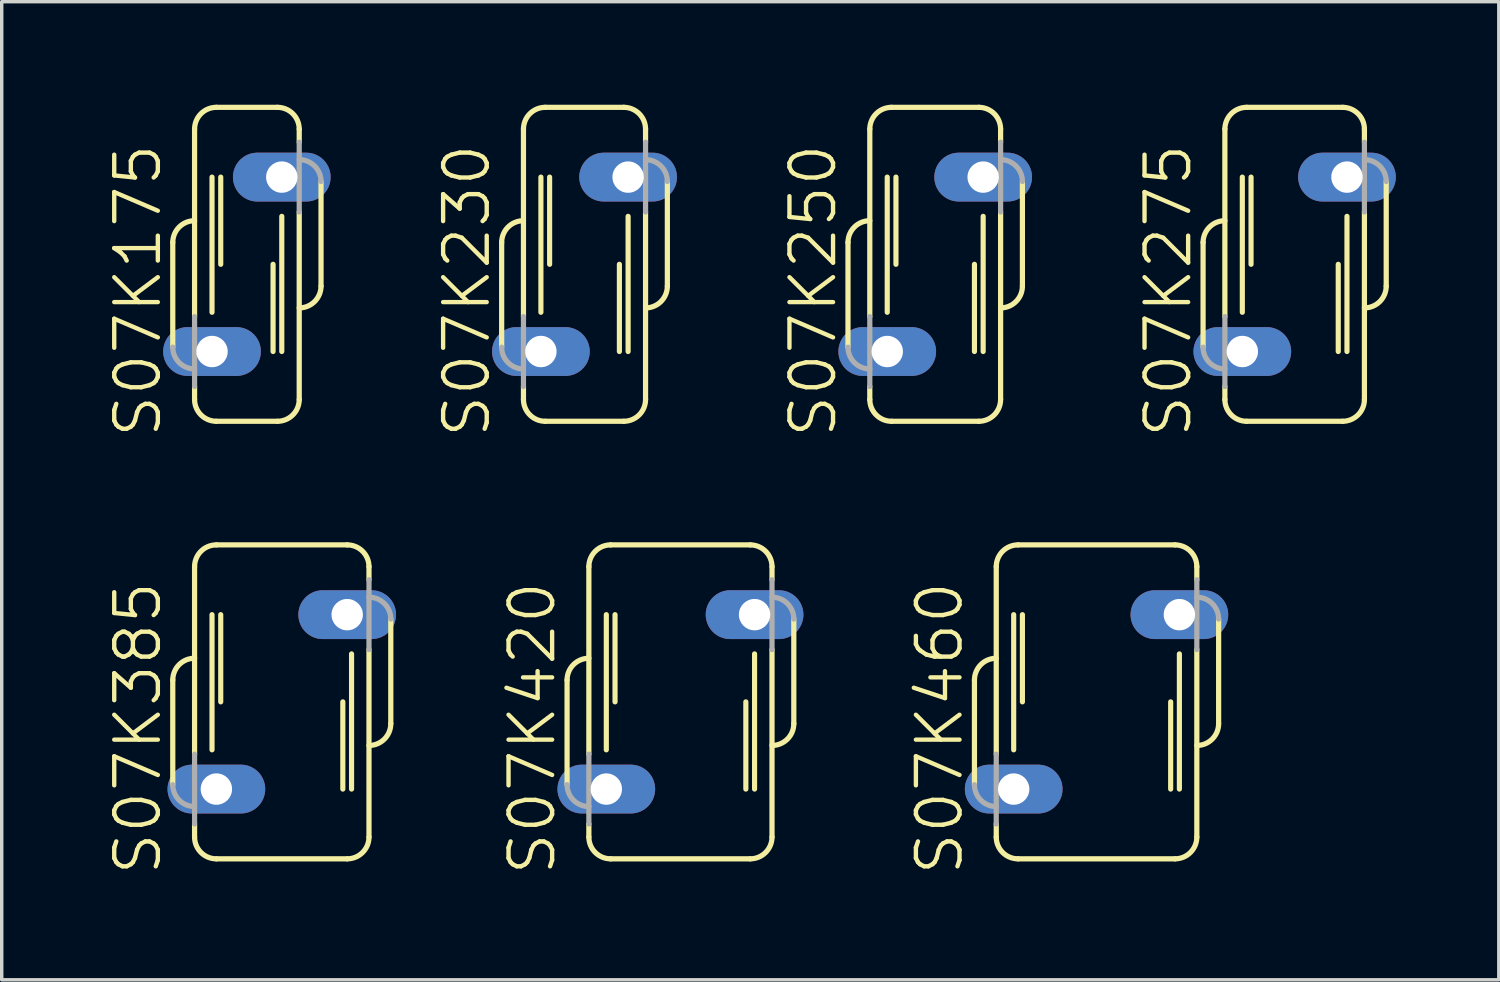
<source format=kicad_pcb>
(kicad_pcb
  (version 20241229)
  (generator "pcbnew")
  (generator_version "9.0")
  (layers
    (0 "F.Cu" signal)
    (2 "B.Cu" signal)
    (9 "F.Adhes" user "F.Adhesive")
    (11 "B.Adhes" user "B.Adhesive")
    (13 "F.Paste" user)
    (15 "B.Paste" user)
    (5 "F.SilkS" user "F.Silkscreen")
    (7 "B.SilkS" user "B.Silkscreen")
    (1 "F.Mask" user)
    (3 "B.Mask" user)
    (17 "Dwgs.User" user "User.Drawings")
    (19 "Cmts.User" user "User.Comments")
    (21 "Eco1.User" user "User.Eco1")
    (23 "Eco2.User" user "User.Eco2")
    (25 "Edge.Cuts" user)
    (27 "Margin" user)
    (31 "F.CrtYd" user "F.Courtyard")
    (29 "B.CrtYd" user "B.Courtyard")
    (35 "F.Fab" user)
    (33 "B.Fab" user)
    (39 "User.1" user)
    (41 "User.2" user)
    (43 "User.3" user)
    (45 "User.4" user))
  (footprint "S07K385"
    (layer "F.Cu")
    (at 5.157 17.392)
    (property "Reference" "S07K385" (at -4.191 0.768 90) (layer "F.SilkS") (effects (font (size 1.27 1.27) (thickness 0.127))))
    (attr through_hole)
    (fp_line (start -3.175 -0.635) (end -3.175 2.413) (stroke (width 0.152) (type solid)) (layer "F.SilkS"))
    (fp_line (start -2.54 1.524) (end -2.54 -3.937) (stroke (width 0.152) (type solid)) (layer "F.SilkS"))
    (fp_line (start -2.54 3.937) (end -2.54 3.556) (stroke (width 0.152) (type solid)) (layer "F.SilkS"))
    (fp_line (start -2.032 1.397) (end -2.032 -2.54) (stroke (width 0.15) (type solid)) (layer "F.SilkS"))
    (fp_line (start -1.905 -4.572) (end 1.905 -4.572) (stroke (width 0.152) (type solid)) (layer "F.SilkS"))
    (fp_line (start -1.905 4.572) (end 1.905 4.572) (stroke (width 0.152) (type solid)) (layer "F.SilkS"))
    (fp_line (start -1.778 0) (end -1.778 -2.54) (stroke (width 0.15) (type solid)) (layer "F.SilkS"))
    (fp_line (start 1.778 2.54) (end 1.778 0) (stroke (width 0.15) (type solid)) (layer "F.SilkS"))
    (fp_line (start 2.032 2.54) (end 2.032 -1.397) (stroke (width 0.15) (type solid)) (layer "F.SilkS"))
    (fp_line (start 2.54 -3.556) (end 2.54 -3.937) (stroke (width 0.152) (type solid)) (layer "F.SilkS"))
    (fp_line (start 2.54 3.937) (end 2.54 -1.524) (stroke (width 0.152) (type solid)) (layer "F.SilkS"))
    (fp_line (start 3.175 0.635) (end 3.175 -2.413) (stroke (width 0.152) (type solid)) (layer "F.SilkS"))
    (fp_arc (start -3.175 -0.635) (mid -2.989013 -1.084013) (end -2.54 -1.27) (stroke (width 0.1524) (type solid)) (layer "F.SilkS"))
    (fp_arc (start -2.54 -3.937) (mid -2.354013 -4.386013) (end -1.905 -4.572) (stroke (width 0.1524) (type solid)) (layer "F.SilkS"))
    (fp_arc (start -1.905 4.572) (mid -2.354013 4.386013) (end -2.54 3.937) (stroke (width 0.1524) (type solid)) (layer "F.SilkS"))
    (fp_arc (start 1.905 -4.572) (mid 2.354013 -4.386013) (end 2.54 -3.937) (stroke (width 0.1524) (type solid)) (layer "F.SilkS"))
    (fp_arc (start 2.54 3.937) (mid 2.354013 4.386013) (end 1.905 4.572) (stroke (width 0.1524) (type solid)) (layer "F.SilkS"))
    (fp_arc (start 3.175 0.635) (mid 2.989013 1.084013) (end 2.54 1.27) (stroke (width 0.1524) (type solid)) (layer "F.SilkS"))
    (fp_line (start -2.54 1.524) (end -2.54 3.556) (stroke (width 0.152) (type solid)) (layer "F.Fab"))
    (fp_line (start 2.54 -1.524) (end 2.54 -3.556) (stroke (width 0.152) (type solid)) (layer "F.Fab"))
    (fp_arc (start -2.54 3.048) (mid -2.989013 2.862013) (end -3.175 2.413) (stroke (width 0.1524) (type solid)) (layer "F.Fab"))
    (fp_arc (start 2.54 -3.048) (mid 2.989013 -2.862013) (end 3.175 -2.413) (stroke (width 0.1524) (type solid)) (layer "F.Fab"))
    (pad "1" thru_hole oval (at -1.905 2.54) (size 2.845 1.422) (drill 0.914) (layers "*.Cu" "*.Mask"))
    (pad "2" thru_hole oval (at 1.905 -2.54) (size 2.845 1.422) (drill 0.914) (layers "*.Cu" "*.Mask")))
  (footprint "S07K175"
    (layer "F.Cu")
    (at 4.141 4.648)
    (property "Reference" "S07K175" (at -3.175 0.768 90) (layer "F.SilkS") (effects (font (size 1.27 1.27) (thickness 0.127))))
    (attr through_hole)
    (fp_line (start -2.159 -0.635) (end -2.159 2.413) (stroke (width 0.152) (type solid)) (layer "F.SilkS"))
    (fp_line (start -1.524 1.524) (end -1.524 -3.937) (stroke (width 0.152) (type solid)) (layer "F.SilkS"))
    (fp_line (start -1.524 3.937) (end -1.524 3.556) (stroke (width 0.152) (type solid)) (layer "F.SilkS"))
    (fp_line (start -1.016 1.397) (end -1.016 -2.54) (stroke (width 0.15) (type solid)) (layer "F.SilkS"))
    (fp_line (start -0.889 -4.572) (end 0.889 -4.572) (stroke (width 0.152) (type solid)) (layer "F.SilkS"))
    (fp_line (start -0.889 4.572) (end 0.889 4.572) (stroke (width 0.152) (type solid)) (layer "F.SilkS"))
    (fp_line (start -0.762 0) (end -0.762 -2.54) (stroke (width 0.15) (type solid)) (layer "F.SilkS"))
    (fp_line (start 0.762 2.54) (end 0.762 0) (stroke (width 0.15) (type solid)) (layer "F.SilkS"))
    (fp_line (start 1.016 2.54) (end 1.016 -1.397) (stroke (width 0.15) (type solid)) (layer "F.SilkS"))
    (fp_line (start 1.524 -3.556) (end 1.524 -3.937) (stroke (width 0.152) (type solid)) (layer "F.SilkS"))
    (fp_line (start 1.524 3.937) (end 1.524 -1.524) (stroke (width 0.152) (type solid)) (layer "F.SilkS"))
    (fp_line (start 2.159 0.635) (end 2.159 -2.413) (stroke (width 0.152) (type solid)) (layer "F.SilkS"))
    (fp_arc (start -2.159 -0.635) (mid -1.973013 -1.084013) (end -1.524 -1.27) (stroke (width 0.1524) (type solid)) (layer "F.SilkS"))
    (fp_arc (start -1.524 -3.937) (mid -1.338013 -4.386013) (end -0.889 -4.572) (stroke (width 0.1524) (type solid)) (layer "F.SilkS"))
    (fp_arc (start -0.889 4.572) (mid -1.338013 4.386013) (end -1.524 3.937) (stroke (width 0.1524) (type solid)) (layer "F.SilkS"))
    (fp_arc (start 0.889 -4.572) (mid 1.338013 -4.386013) (end 1.524 -3.937) (stroke (width 0.1524) (type solid)) (layer "F.SilkS"))
    (fp_arc (start 1.524 3.937) (mid 1.338013 4.386013) (end 0.889 4.572) (stroke (width 0.1524) (type solid)) (layer "F.SilkS"))
    (fp_arc (start 2.159 0.635) (mid 1.973013 1.084013) (end 1.524 1.27) (stroke (width 0.1524) (type solid)) (layer "F.SilkS"))
    (fp_line (start -1.524 1.524) (end -1.524 3.556) (stroke (width 0.152) (type solid)) (layer "F.Fab"))
    (fp_line (start 1.524 -1.524) (end 1.524 -3.556) (stroke (width 0.152) (type solid)) (layer "F.Fab"))
    (fp_arc (start -1.524 3.048) (mid -1.973013 2.862013) (end -2.159 2.413) (stroke (width 0.1524) (type solid)) (layer "F.Fab"))
    (fp_arc (start 1.524 -3.048) (mid 1.973013 -2.862013) (end 2.159 -2.413) (stroke (width 0.1524) (type solid)) (layer "F.Fab"))
    (pad "1" thru_hole oval (at -1.016 2.54) (size 2.845 1.422) (drill 0.914) (layers "*.Cu" "*.Mask"))
    (pad "2" thru_hole oval (at 1.016 -2.54) (size 2.845 1.422) (drill 0.914) (layers "*.Cu" "*.Mask")))
  (footprint "S07K420"
    (layer "F.Cu")
    (at 16.768 17.392)
    (property "Reference" "S07K420" (at -4.318 0.768 90) (layer "F.SilkS") (effects (font (size 1.27 1.27) (thickness 0.127))))
    (attr through_hole)
    (fp_line (start -3.302 -0.635) (end -3.302 2.413) (stroke (width 0.152) (type solid)) (layer "F.SilkS"))
    (fp_line (start -2.667 1.524) (end -2.667 -3.937) (stroke (width 0.152) (type solid)) (layer "F.SilkS"))
    (fp_line (start -2.667 3.937) (end -2.667 3.556) (stroke (width 0.152) (type solid)) (layer "F.SilkS"))
    (fp_line (start -2.159 1.397) (end -2.159 -2.54) (stroke (width 0.15) (type solid)) (layer "F.SilkS"))
    (fp_line (start -2.032 -4.572) (end 2.032 -4.572) (stroke (width 0.152) (type solid)) (layer "F.SilkS"))
    (fp_line (start -2.032 4.572) (end 2.032 4.572) (stroke (width 0.152) (type solid)) (layer "F.SilkS"))
    (fp_line (start -1.905 0) (end -1.905 -2.54) (stroke (width 0.15) (type solid)) (layer "F.SilkS"))
    (fp_line (start 1.905 2.54) (end 1.905 0) (stroke (width 0.15) (type solid)) (layer "F.SilkS"))
    (fp_line (start 2.159 2.54) (end 2.159 -1.397) (stroke (width 0.15) (type solid)) (layer "F.SilkS"))
    (fp_line (start 2.667 -3.556) (end 2.667 -3.937) (stroke (width 0.152) (type solid)) (layer "F.SilkS"))
    (fp_line (start 2.667 3.937) (end 2.667 -1.524) (stroke (width 0.152) (type solid)) (layer "F.SilkS"))
    (fp_line (start 3.302 0.635) (end 3.302 -2.413) (stroke (width 0.152) (type solid)) (layer "F.SilkS"))
    (fp_arc (start -3.302 -0.635) (mid -3.116013 -1.084013) (end -2.667 -1.27) (stroke (width 0.1524) (type solid)) (layer "F.SilkS"))
    (fp_arc (start -2.667 -3.937) (mid -2.481013 -4.386013) (end -2.032 -4.572) (stroke (width 0.1524) (type solid)) (layer "F.SilkS"))
    (fp_arc (start -2.032 4.572) (mid -2.481013 4.386013) (end -2.667 3.937) (stroke (width 0.1524) (type solid)) (layer "F.SilkS"))
    (fp_arc (start 2.032 -4.572) (mid 2.481013 -4.386013) (end 2.667 -3.937) (stroke (width 0.1524) (type solid)) (layer "F.SilkS"))
    (fp_arc (start 2.667 3.937) (mid 2.481013 4.386013) (end 2.032 4.572) (stroke (width 0.1524) (type solid)) (layer "F.SilkS"))
    (fp_arc (start 3.302 0.635) (mid 3.116013 1.084013) (end 2.667 1.27) (stroke (width 0.1524) (type solid)) (layer "F.SilkS"))
    (fp_line (start -2.667 1.524) (end -2.667 3.556) (stroke (width 0.152) (type solid)) (layer "F.Fab"))
    (fp_line (start 2.667 -1.524) (end 2.667 -3.556) (stroke (width 0.152) (type solid)) (layer "F.Fab"))
    (fp_arc (start -2.667 3.048) (mid -3.116013 2.862013) (end -3.302 2.413) (stroke (width 0.1524) (type solid)) (layer "F.Fab"))
    (fp_arc (start 2.667 -3.048) (mid 3.116013 -2.862013) (end 3.302 -2.413) (stroke (width 0.1524) (type solid)) (layer "F.Fab"))
    (pad "1" thru_hole oval (at -2.159 2.54) (size 2.845 1.422) (drill 0.914) (layers "*.Cu" "*.Mask"))
    (pad "2" thru_hole oval (at 2.159 -2.54) (size 2.845 1.422) (drill 0.914) (layers "*.Cu" "*.Mask")))
  (footprint "S07K230"
    (layer "F.Cu")
    (at 13.974 4.648)
    (property "Reference" "S07K230" (at -3.429 0.768 90) (layer "F.SilkS") (effects (font (size 1.27 1.27) (thickness 0.127))))
    (attr through_hole)
    (fp_line (start -2.413 -0.635) (end -2.413 2.413) (stroke (width 0.152) (type solid)) (layer "F.SilkS"))
    (fp_line (start -1.778 1.524) (end -1.778 -3.937) (stroke (width 0.152) (type solid)) (layer "F.SilkS"))
    (fp_line (start -1.778 3.937) (end -1.778 3.556) (stroke (width 0.152) (type solid)) (layer "F.SilkS"))
    (fp_line (start -1.27 1.397) (end -1.27 -2.54) (stroke (width 0.15) (type solid)) (layer "F.SilkS"))
    (fp_line (start -1.143 -4.572) (end 1.143 -4.572) (stroke (width 0.152) (type solid)) (layer "F.SilkS"))
    (fp_line (start -1.143 4.572) (end 1.143 4.572) (stroke (width 0.152) (type solid)) (layer "F.SilkS"))
    (fp_line (start -1.016 0) (end -1.016 -2.54) (stroke (width 0.15) (type solid)) (layer "F.SilkS"))
    (fp_line (start 1.016 2.54) (end 1.016 0) (stroke (width 0.15) (type solid)) (layer "F.SilkS"))
    (fp_line (start 1.27 2.54) (end 1.27 -1.397) (stroke (width 0.15) (type solid)) (layer "F.SilkS"))
    (fp_line (start 1.778 -3.556) (end 1.778 -3.937) (stroke (width 0.152) (type solid)) (layer "F.SilkS"))
    (fp_line (start 1.778 3.937) (end 1.778 -1.524) (stroke (width 0.152) (type solid)) (layer "F.SilkS"))
    (fp_line (start 2.413 0.635) (end 2.413 -2.413) (stroke (width 0.152) (type solid)) (layer "F.SilkS"))
    (fp_arc (start -2.413 -0.635) (mid -2.227013 -1.084013) (end -1.778 -1.27) (stroke (width 0.1524) (type solid)) (layer "F.SilkS"))
    (fp_arc (start -1.778 -3.937) (mid -1.592013 -4.386013) (end -1.143 -4.572) (stroke (width 0.1524) (type solid)) (layer "F.SilkS"))
    (fp_arc (start -1.143 4.572) (mid -1.592013 4.386013) (end -1.778 3.937) (stroke (width 0.1524) (type solid)) (layer "F.SilkS"))
    (fp_arc (start 1.143 -4.572) (mid 1.592013 -4.386013) (end 1.778 -3.937) (stroke (width 0.1524) (type solid)) (layer "F.SilkS"))
    (fp_arc (start 1.778 3.937) (mid 1.592013 4.386013) (end 1.143 4.572) (stroke (width 0.1524) (type solid)) (layer "F.SilkS"))
    (fp_arc (start 2.413 0.635) (mid 2.227013 1.084013) (end 1.778 1.27) (stroke (width 0.1524) (type solid)) (layer "F.SilkS"))
    (fp_line (start -1.778 1.524) (end -1.778 3.556) (stroke (width 0.152) (type solid)) (layer "F.Fab"))
    (fp_line (start 1.778 -1.524) (end 1.778 -3.556) (stroke (width 0.152) (type solid)) (layer "F.Fab"))
    (fp_arc (start -1.778 3.048) (mid -2.227013 2.862013) (end -2.413 2.413) (stroke (width 0.1524) (type solid)) (layer "F.Fab"))
    (fp_arc (start 1.778 -3.048) (mid 2.227013 -2.862013) (end 2.413 -2.413) (stroke (width 0.1524) (type solid)) (layer "F.Fab"))
    (pad "1" thru_hole oval (at -1.27 2.54) (size 2.845 1.422) (drill 0.914) (layers "*.Cu" "*.Mask"))
    (pad "2" thru_hole oval (at 1.27 -2.54) (size 2.845 1.422) (drill 0.914) (layers "*.Cu" "*.Mask")))
  (footprint "S07K460"
    (layer "F.Cu")
    (at 28.887 17.392)
    (property "Reference" "S07K460" (at -4.572 0.768 90) (layer "F.SilkS") (effects (font (size 1.27 1.27) (thickness 0.127))))
    (attr through_hole)
    (fp_line (start -3.556 -0.635) (end -3.556 2.413) (stroke (width 0.152) (type solid)) (layer "F.SilkS"))
    (fp_line (start -2.921 1.524) (end -2.921 -3.937) (stroke (width 0.152) (type solid)) (layer "F.SilkS"))
    (fp_line (start -2.921 3.937) (end -2.921 3.556) (stroke (width 0.152) (type solid)) (layer "F.SilkS"))
    (fp_line (start -2.413 1.397) (end -2.413 -2.54) (stroke (width 0.15) (type solid)) (layer "F.SilkS"))
    (fp_line (start -2.286 -4.572) (end 2.286 -4.572) (stroke (width 0.152) (type solid)) (layer "F.SilkS"))
    (fp_line (start -2.286 4.572) (end 2.286 4.572) (stroke (width 0.152) (type solid)) (layer "F.SilkS"))
    (fp_line (start -2.159 0) (end -2.159 -2.54) (stroke (width 0.15) (type solid)) (layer "F.SilkS"))
    (fp_line (start 2.159 2.54) (end 2.159 0) (stroke (width 0.15) (type solid)) (layer "F.SilkS"))
    (fp_line (start 2.413 2.54) (end 2.413 -1.397) (stroke (width 0.15) (type solid)) (layer "F.SilkS"))
    (fp_line (start 2.921 -3.556) (end 2.921 -3.937) (stroke (width 0.152) (type solid)) (layer "F.SilkS"))
    (fp_line (start 2.921 3.937) (end 2.921 -1.524) (stroke (width 0.152) (type solid)) (layer "F.SilkS"))
    (fp_line (start 3.556 0.635) (end 3.556 -2.413) (stroke (width 0.152) (type solid)) (layer "F.SilkS"))
    (fp_arc (start -3.556 -0.635) (mid -3.370013 -1.084013) (end -2.921 -1.27) (stroke (width 0.1524) (type solid)) (layer "F.SilkS"))
    (fp_arc (start -2.921 -3.937) (mid -2.735013 -4.386013) (end -2.286 -4.572) (stroke (width 0.1524) (type solid)) (layer "F.SilkS"))
    (fp_arc (start -2.286 4.572) (mid -2.735013 4.386013) (end -2.921 3.937) (stroke (width 0.1524) (type solid)) (layer "F.SilkS"))
    (fp_arc (start 2.286 -4.572) (mid 2.735013 -4.386013) (end 2.921 -3.937) (stroke (width 0.1524) (type solid)) (layer "F.SilkS"))
    (fp_arc (start 2.921 3.937) (mid 2.735013 4.386013) (end 2.286 4.572) (stroke (width 0.1524) (type solid)) (layer "F.SilkS"))
    (fp_arc (start 3.556 0.635) (mid 3.370013 1.084013) (end 2.921 1.27) (stroke (width 0.1524) (type solid)) (layer "F.SilkS"))
    (fp_line (start -2.921 1.524) (end -2.921 3.556) (stroke (width 0.152) (type solid)) (layer "F.Fab"))
    (fp_line (start 2.921 -1.524) (end 2.921 -3.556) (stroke (width 0.152) (type solid)) (layer "F.Fab"))
    (fp_arc (start -2.921 3.048) (mid -3.370013 2.862013) (end -3.556 2.413) (stroke (width 0.1524) (type solid)) (layer "F.Fab"))
    (fp_arc (start 2.921 -3.048) (mid 3.370013 -2.862013) (end 3.556 -2.413) (stroke (width 0.1524) (type solid)) (layer "F.Fab"))
    (pad "1" thru_hole oval (at -2.413 2.54) (size 2.845 1.422) (drill 0.914) (layers "*.Cu" "*.Mask"))
    (pad "2" thru_hole oval (at 2.413 -2.54) (size 2.845 1.422) (drill 0.914) (layers "*.Cu" "*.Mask")))
  (footprint "S07K275"
    (layer "F.Cu")
    (at 34.657 4.648)
    (property "Reference" "S07K275" (at -3.683 0.768 90) (layer "F.SilkS") (effects (font (size 1.27 1.27) (thickness 0.127))))
    (attr through_hole)
    (fp_line (start -2.667 -0.635) (end -2.667 2.413) (stroke (width 0.152) (type solid)) (layer "F.SilkS"))
    (fp_line (start -2.032 1.524) (end -2.032 -3.937) (stroke (width 0.152) (type solid)) (layer "F.SilkS"))
    (fp_line (start -2.032 3.937) (end -2.032 3.556) (stroke (width 0.152) (type solid)) (layer "F.SilkS"))
    (fp_line (start -1.524 1.397) (end -1.524 -2.54) (stroke (width 0.15) (type solid)) (layer "F.SilkS"))
    (fp_line (start -1.397 -4.572) (end 1.397 -4.572) (stroke (width 0.152) (type solid)) (layer "F.SilkS"))
    (fp_line (start -1.397 4.572) (end 1.397 4.572) (stroke (width 0.152) (type solid)) (layer "F.SilkS"))
    (fp_line (start -1.27 0) (end -1.27 -2.54) (stroke (width 0.15) (type solid)) (layer "F.SilkS"))
    (fp_line (start 1.27 2.54) (end 1.27 0) (stroke (width 0.15) (type solid)) (layer "F.SilkS"))
    (fp_line (start 1.524 2.54) (end 1.524 -1.397) (stroke (width 0.15) (type solid)) (layer "F.SilkS"))
    (fp_line (start 2.032 -3.556) (end 2.032 -3.937) (stroke (width 0.152) (type solid)) (layer "F.SilkS"))
    (fp_line (start 2.032 3.937) (end 2.032 -1.524) (stroke (width 0.152) (type solid)) (layer "F.SilkS"))
    (fp_line (start 2.667 0.635) (end 2.667 -2.413) (stroke (width 0.152) (type solid)) (layer "F.SilkS"))
    (fp_arc (start -2.667 -0.635) (mid -2.481013 -1.084013) (end -2.032 -1.27) (stroke (width 0.1524) (type solid)) (layer "F.SilkS"))
    (fp_arc (start -2.032 -3.937) (mid -1.846013 -4.386013) (end -1.397 -4.572) (stroke (width 0.1524) (type solid)) (layer "F.SilkS"))
    (fp_arc (start -1.397 4.572) (mid -1.846013 4.386013) (end -2.032 3.937) (stroke (width 0.1524) (type solid)) (layer "F.SilkS"))
    (fp_arc (start 1.397 -4.572) (mid 1.846013 -4.386013) (end 2.032 -3.937) (stroke (width 0.1524) (type solid)) (layer "F.SilkS"))
    (fp_arc (start 2.032 3.937) (mid 1.846013 4.386013) (end 1.397 4.572) (stroke (width 0.1524) (type solid)) (layer "F.SilkS"))
    (fp_arc (start 2.667 0.635) (mid 2.481013 1.084013) (end 2.032 1.27) (stroke (width 0.1524) (type solid)) (layer "F.SilkS"))
    (fp_line (start -2.032 1.524) (end -2.032 3.556) (stroke (width 0.152) (type solid)) (layer "F.Fab"))
    (fp_line (start 2.032 -1.524) (end 2.032 -3.556) (stroke (width 0.152) (type solid)) (layer "F.Fab"))
    (fp_arc (start -2.032 3.048) (mid -2.481013 2.862013) (end -2.667 2.413) (stroke (width 0.1524) (type solid)) (layer "F.Fab"))
    (fp_arc (start 2.032 -3.048) (mid 2.481013 -2.862013) (end 2.667 -2.413) (stroke (width 0.1524) (type solid)) (layer "F.Fab"))
    (pad "1" thru_hole oval (at -1.524 2.54) (size 2.845 1.422) (drill 0.914) (layers "*.Cu" "*.Mask"))
    (pad "2" thru_hole oval (at 1.524 -2.54) (size 2.845 1.422) (drill 0.914) (layers "*.Cu" "*.Mask")))
  (footprint "S07K250"
    (layer "F.Cu")
    (at 24.188 4.648)
    (property "Reference" "S07K250" (at -3.556 0.768 90) (layer "F.SilkS") (effects (font (size 1.27 1.27) (thickness 0.127))))
    (attr through_hole)
    (fp_line (start -2.54 -0.635) (end -2.54 2.413) (stroke (width 0.152) (type solid)) (layer "F.SilkS"))
    (fp_line (start -1.905 1.524) (end -1.905 -3.937) (stroke (width 0.152) (type solid)) (layer "F.SilkS"))
    (fp_line (start -1.905 3.937) (end -1.905 3.556) (stroke (width 0.152) (type solid)) (layer "F.SilkS"))
    (fp_line (start -1.397 1.397) (end -1.397 -2.54) (stroke (width 0.15) (type solid)) (layer "F.SilkS"))
    (fp_line (start -1.27 -4.572) (end 1.27 -4.572) (stroke (width 0.152) (type solid)) (layer "F.SilkS"))
    (fp_line (start -1.27 4.572) (end 1.27 4.572) (stroke (width 0.152) (type solid)) (layer "F.SilkS"))
    (fp_line (start -1.143 0) (end -1.143 -2.54) (stroke (width 0.15) (type solid)) (layer "F.SilkS"))
    (fp_line (start 1.143 2.54) (end 1.143 0) (stroke (width 0.15) (type solid)) (layer "F.SilkS"))
    (fp_line (start 1.397 2.54) (end 1.397 -1.397) (stroke (width 0.15) (type solid)) (layer "F.SilkS"))
    (fp_line (start 1.905 -3.556) (end 1.905 -3.937) (stroke (width 0.152) (type solid)) (layer "F.SilkS"))
    (fp_line (start 1.905 3.937) (end 1.905 -1.524) (stroke (width 0.152) (type solid)) (layer "F.SilkS"))
    (fp_line (start 2.54 0.635) (end 2.54 -2.413) (stroke (width 0.152) (type solid)) (layer "F.SilkS"))
    (fp_arc (start -2.54 -0.635) (mid -2.354013 -1.084013) (end -1.905 -1.27) (stroke (width 0.1524) (type solid)) (layer "F.SilkS"))
    (fp_arc (start -1.905 -3.937) (mid -1.719013 -4.386013) (end -1.27 -4.572) (stroke (width 0.1524) (type solid)) (layer "F.SilkS"))
    (fp_arc (start -1.27 4.572) (mid -1.719013 4.386013) (end -1.905 3.937) (stroke (width 0.1524) (type solid)) (layer "F.SilkS"))
    (fp_arc (start 1.27 -4.572) (mid 1.719013 -4.386013) (end 1.905 -3.937) (stroke (width 0.1524) (type solid)) (layer "F.SilkS"))
    (fp_arc (start 1.905 3.937) (mid 1.719013 4.386013) (end 1.27 4.572) (stroke (width 0.1524) (type solid)) (layer "F.SilkS"))
    (fp_arc (start 2.54 0.635) (mid 2.354013 1.084013) (end 1.905 1.27) (stroke (width 0.1524) (type solid)) (layer "F.SilkS"))
    (fp_line (start -1.905 1.524) (end -1.905 3.556) (stroke (width 0.152) (type solid)) (layer "F.Fab"))
    (fp_line (start 1.905 -1.524) (end 1.905 -3.556) (stroke (width 0.152) (type solid)) (layer "F.Fab"))
    (fp_arc (start -1.905 3.048) (mid -2.354013 2.862013) (end -2.54 2.413) (stroke (width 0.1524) (type solid)) (layer "F.Fab"))
    (fp_arc (start 1.905 -3.048) (mid 2.354013 -2.862013) (end 2.54 -2.413) (stroke (width 0.1524) (type solid)) (layer "F.Fab"))
    (pad "1" thru_hole oval (at -1.397 2.54) (size 2.845 1.422) (drill 0.914) (layers "*.Cu" "*.Mask"))
    (pad "2" thru_hole oval (at 1.397 -2.54) (size 2.845 1.422) (drill 0.914) (layers "*.Cu" "*.Mask")))
  (gr_rect
    (start -3 -3)
    (end 40.603 25.487)
    (stroke (width 0.1) (type default))
    (fill no)
    (layer "Edge.Cuts")))
</source>
